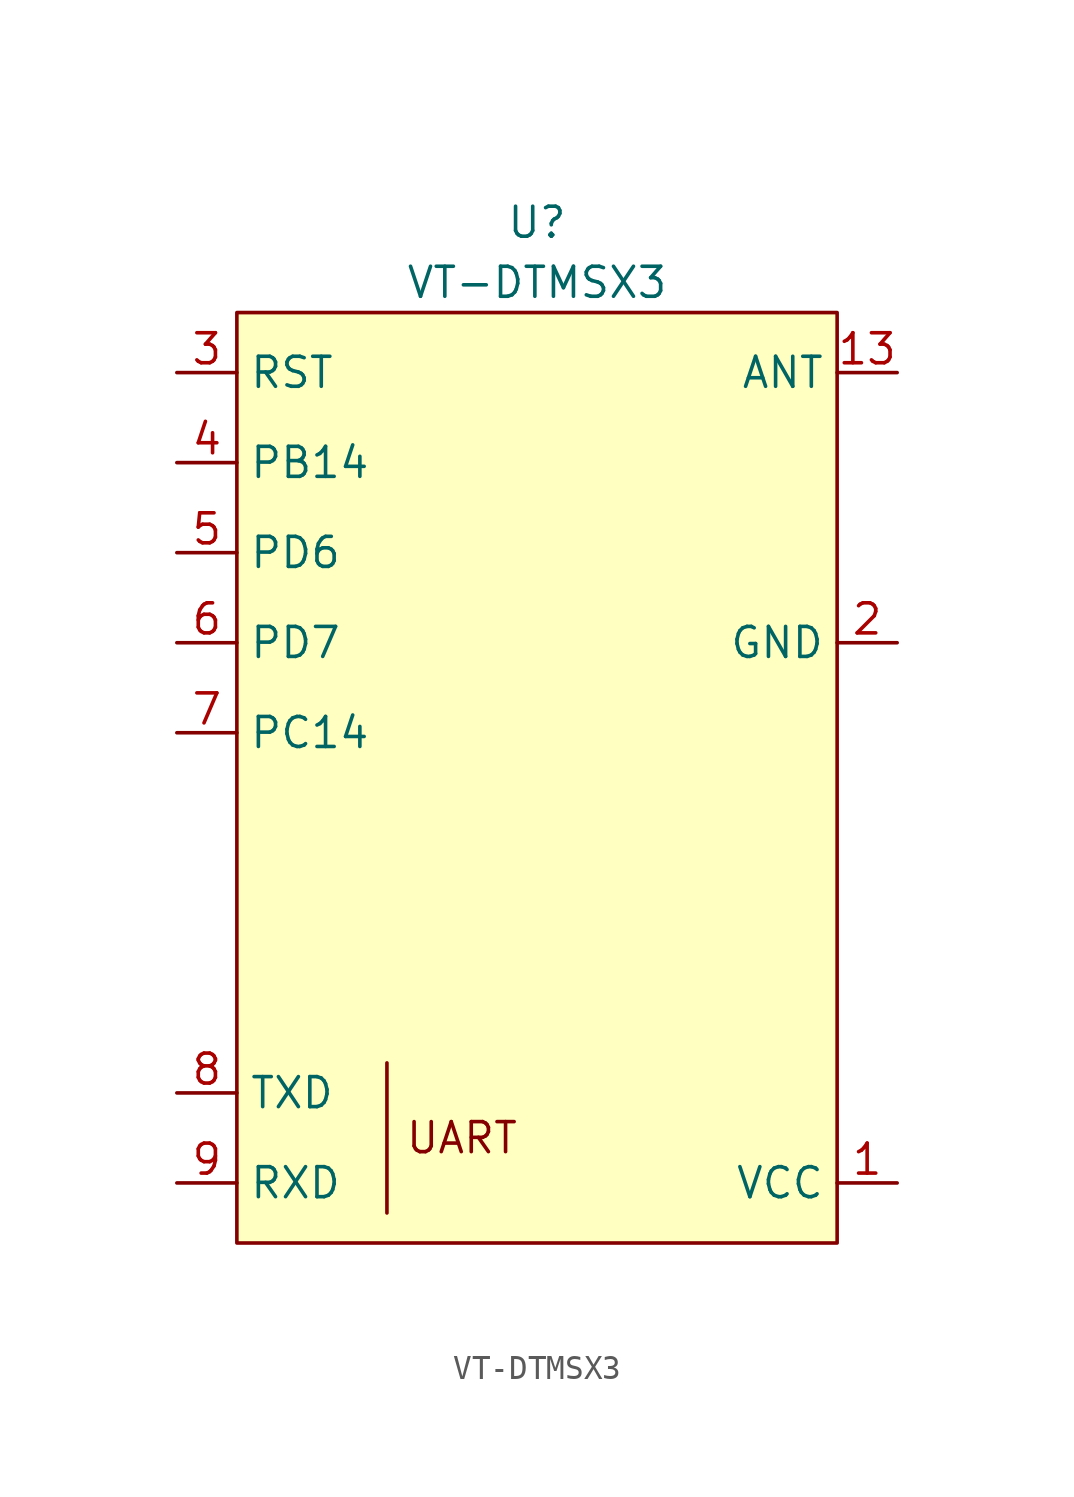
<source format=kicad_sym>
(kicad_symbol_lib
  (version 20211014)
  (generator kicad_symbol_editor)
  (symbol "VT-DTMSX3"
    (property "Reference" "U"
      (at 0 22.86 0)
      (effects (font (size 1.27 1.27))))
    (property "Value" "VT-DTMSX3"
      (at 0 20.32 0)
      (effects (font (size 1.27 1.27))))
    (symbol "VT-DTMSX3_0_0"
      (rectangle (start -12.7 19.05) (end 12.7 -20.32) (stroke (width 0) (type default) (color 0 0 0 0)) (fill (type background)))
      (text "UART" (at -3.175 -15.875 0) (effects (font (size 1.27 1.27)))))
    (symbol "VT-DTMSX3_0_1"
      (polyline (pts (xy -6.35 -12.7) (xy -6.35 -19.05)) (stroke (width 0) (type default) (color 0 0 0 0)) (fill (type none))))
    (symbol "VT-DTMSX3_1_1"
      (pin passive line (at 15.24 -17.78 180) (length 2.54) (name "VCC" (effects (font (size 1.27 1.27)))) (number "1" (effects (font (size 1.27 1.27)))))
      (pin passive line (at 15.24 5.08 180) (length 2.54) hide (name "GND" (effects (font (size 1.27 1.27)))) (number "10" (effects (font (size 1.27 1.27)))))
      (pin passive line (at 15.24 5.08 180) (length 2.54) hide (name "GND" (effects (font (size 1.27 1.27)))) (number "11" (effects (font (size 1.27 1.27)))))
      (pin passive line (at 15.24 5.08 180) (length 2.54) hide (name "GND" (effects (font (size 1.27 1.27)))) (number "12" (effects (font (size 1.27 1.27)))))
      (pin passive line (at 15.24 16.51 180) (length 2.54) (name "ANT" (effects (font (size 1.27 1.27)))) (number "13" (effects (font (size 1.27 1.27)))))
      (pin passive line (at 15.24 5.08 180) (length 2.54) hide (name "GND" (effects (font (size 1.27 1.27)))) (number "14" (effects (font (size 1.27 1.27)))))
      (pin passive line (at 15.24 5.08 180) (length 2.54) hide (name "GND" (effects (font (size 1.27 1.27)))) (number "15" (effects (font (size 1.27 1.27)))))
      (pin passive line (at 15.24 5.08 180) (length 2.54) hide (name "GND" (effects (font (size 1.27 1.27)))) (number "16" (effects (font (size 1.27 1.27)))))
      (pin passive line (at 15.24 5.08 180) (length 2.54) (name "GND" (effects (font (size 1.27 1.27)))) (number "2" (effects (font (size 1.27 1.27)))))
      (pin input line (at -15.24 16.51 0) (length 2.54) (name "RST" (effects (font (size 1.27 1.27)))) (number "3" (effects (font (size 1.27 1.27)))))
      (pin bidirectional line (at -15.24 12.7 0) (length 2.54) (name "PB14" (effects (font (size 1.27 1.27)))) (number "4" (effects (font (size 1.27 1.27)))))
      (pin input line (at -15.24 8.89 0) (length 2.54) (name "PD6" (effects (font (size 1.27 1.27)))) (number "5" (effects (font (size 1.27 1.27)))))
      (pin input line (at -15.24 5.08 0) (length 2.54) (name "PD7" (effects (font (size 1.27 1.27)))) (number "6" (effects (font (size 1.27 1.27)))))
      (pin input line (at -15.24 1.27 0) (length 2.54) (name "PC14" (effects (font (size 1.27 1.27)))) (number "7" (effects (font (size 1.27 1.27)))))
      (pin input line (at -15.24 -13.97 0) (length 2.54) (name "TXD" (effects (font (size 1.27 1.27)))) (number "8" (effects (font (size 1.27 1.27)))))
      (pin input line (at -15.24 -17.78 0) (length 2.54) (name "RXD" (effects (font (size 1.27 1.27)))) (number "9" (effects (font (size 1.27 1.27))))))))
</source>
